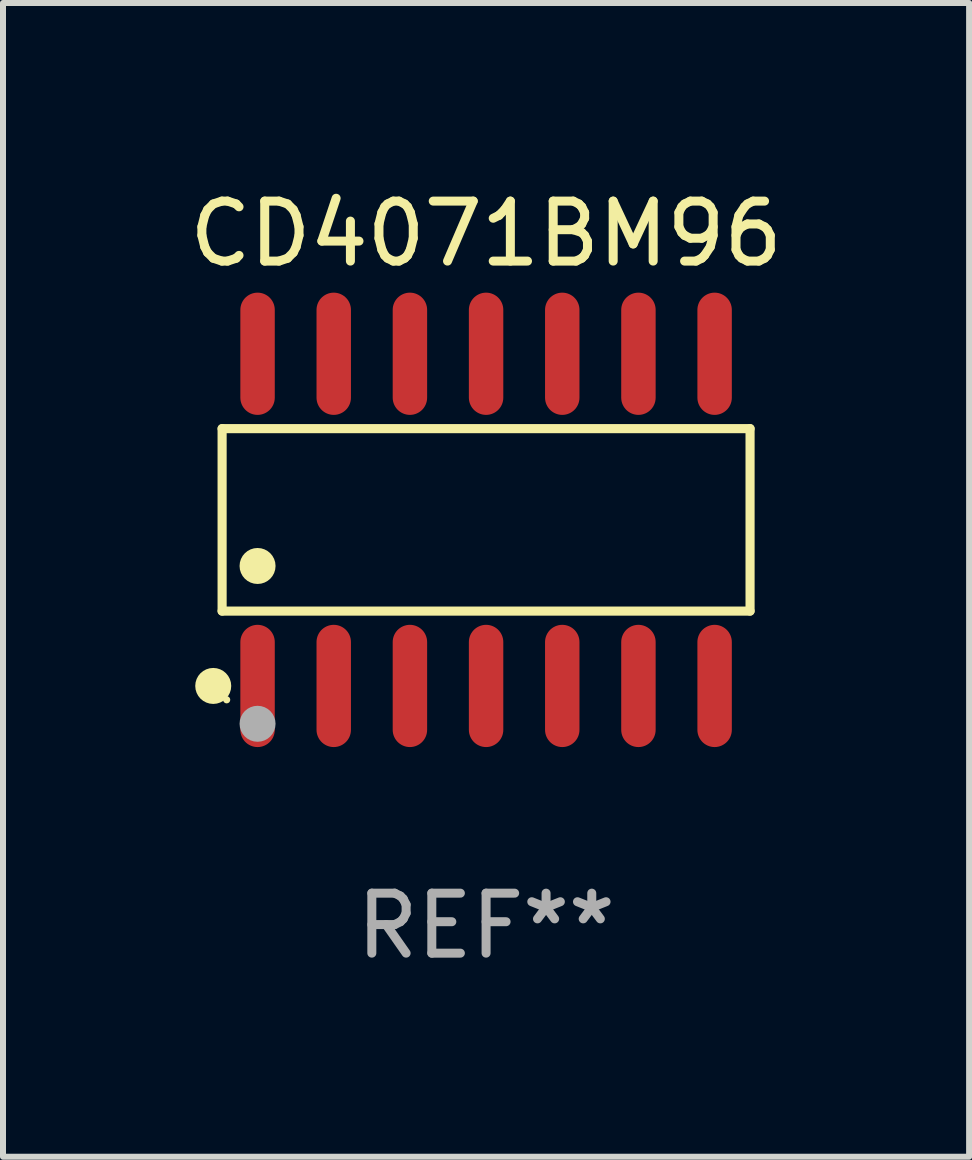
<source format=kicad_pcb>
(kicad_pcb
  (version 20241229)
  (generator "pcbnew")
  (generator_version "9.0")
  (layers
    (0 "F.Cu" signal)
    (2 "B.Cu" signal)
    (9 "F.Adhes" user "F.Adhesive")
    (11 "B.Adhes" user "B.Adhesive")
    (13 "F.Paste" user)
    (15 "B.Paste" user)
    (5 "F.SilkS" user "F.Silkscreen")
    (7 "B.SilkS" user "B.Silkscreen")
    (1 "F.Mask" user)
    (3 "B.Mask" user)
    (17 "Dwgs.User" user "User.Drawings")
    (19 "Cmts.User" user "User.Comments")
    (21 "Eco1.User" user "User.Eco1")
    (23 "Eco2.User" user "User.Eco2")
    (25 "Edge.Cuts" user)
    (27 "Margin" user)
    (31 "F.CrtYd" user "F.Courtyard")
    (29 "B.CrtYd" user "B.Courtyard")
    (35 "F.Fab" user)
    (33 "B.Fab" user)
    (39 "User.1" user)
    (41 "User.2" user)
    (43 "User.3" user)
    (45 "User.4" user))
  (footprint "CD4071BM96"
    (layer "F.Cu")
    (at 5.054 5.617)
    (property "Reference" "CD4071BM96" (at 0 -4.769 0) (layer "F.SilkS") (effects (font (size 1 1) (thickness 0.15))))
    (attr through_hole)
    (fp_line (start -4.401 -1.521) (end 4.401 -1.521) (stroke (width 0.152) (type solid)) (layer "F.SilkS"))
    (fp_line (start -4.401 1.521) (end -4.401 -1.521) (stroke (width 0.152) (type solid)) (layer "F.SilkS"))
    (fp_line (start 4.401 -1.521) (end 4.401 1.521) (stroke (width 0.152) (type solid)) (layer "F.SilkS"))
    (fp_line (start 4.401 1.521) (end -4.401 1.521) (stroke (width 0.152) (type solid)) (layer "F.SilkS"))
    (fp_circle (center -4.549 2.769) (end -4.399 2.769) (stroke (width 0.3) (type solid)) (fill no) (layer "F.SilkS"))
    (fp_circle (center -4.325 3) (end -4.295 3) (stroke (width 0.06) (type solid)) (fill no) (layer "F.SilkS"))
    (fp_circle (center -3.81 0.769) (end -3.66 0.769) (stroke (width 0.3) (type solid)) (fill no) (layer "F.SilkS"))
    (fp_circle (center -3.81 3.4) (end -3.66 3.4) (stroke (width 0.3) (type solid)) (fill no) (layer "F.Fab"))
    (fp_text user "REF**" (at 0 6.769 0) (layer "F.Fab") (effects (font (size 1 1) (thickness 0.15))))
    (pad "1" smd oval (at -3.81 2.769) (size 0.574 2.038) (layers "F.Cu" "F.Mask" "F.Paste"))
    (pad "2" smd oval (at -2.54 2.769) (size 0.574 2.038) (layers "F.Cu" "F.Mask" "F.Paste"))
    (pad "3" smd oval (at -1.27 2.769) (size 0.574 2.038) (layers "F.Cu" "F.Mask" "F.Paste"))
    (pad "4" smd oval (at 0 2.769) (size 0.574 2.038) (layers "F.Cu" "F.Mask" "F.Paste"))
    (pad "5" smd oval (at 1.27 2.769) (size 0.574 2.038) (layers "F.Cu" "F.Mask" "F.Paste"))
    (pad "6" smd oval (at 2.54 2.769) (size 0.574 2.038) (layers "F.Cu" "F.Mask" "F.Paste"))
    (pad "7" smd oval (at 3.81 2.769) (size 0.574 2.038) (layers "F.Cu" "F.Mask" "F.Paste"))
    (pad "8" smd oval (at 3.81 -2.769) (size 0.574 2.038) (layers "F.Cu" "F.Mask" "F.Paste"))
    (pad "9" smd oval (at 2.54 -2.769) (size 0.574 2.038) (layers "F.Cu" "F.Mask" "F.Paste"))
    (pad "10" smd oval (at 1.27 -2.769) (size 0.574 2.038) (layers "F.Cu" "F.Mask" "F.Paste"))
    (pad "11" smd oval (at 0 -2.769) (size 0.574 2.038) (layers "F.Cu" "F.Mask" "F.Paste"))
    (pad "12" smd oval (at -1.27 -2.769) (size 0.574 2.038) (layers "F.Cu" "F.Mask" "F.Paste"))
    (pad "13" smd oval (at -2.54 -2.769) (size 0.574 2.038) (layers "F.Cu" "F.Mask" "F.Paste"))
    (pad "14" smd oval (at -3.81 -2.769) (size 0.574 2.038) (layers "F.Cu" "F.Mask" "F.Paste")))
  (gr_rect
    (start -3 -3)
    (end 13.107 16.235)
    (stroke (width 0.1) (type default))
    (fill no)
    (layer "Edge.Cuts")))
</source>
